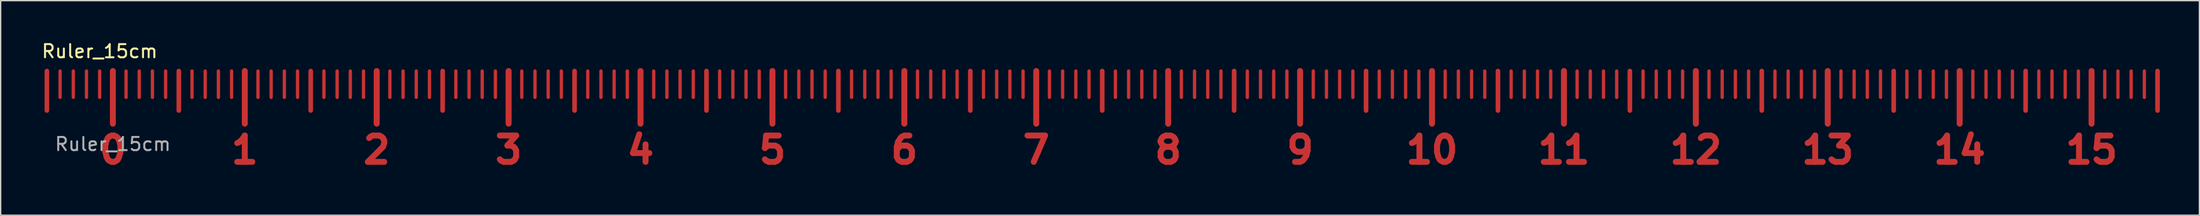
<source format=kicad_pcb>
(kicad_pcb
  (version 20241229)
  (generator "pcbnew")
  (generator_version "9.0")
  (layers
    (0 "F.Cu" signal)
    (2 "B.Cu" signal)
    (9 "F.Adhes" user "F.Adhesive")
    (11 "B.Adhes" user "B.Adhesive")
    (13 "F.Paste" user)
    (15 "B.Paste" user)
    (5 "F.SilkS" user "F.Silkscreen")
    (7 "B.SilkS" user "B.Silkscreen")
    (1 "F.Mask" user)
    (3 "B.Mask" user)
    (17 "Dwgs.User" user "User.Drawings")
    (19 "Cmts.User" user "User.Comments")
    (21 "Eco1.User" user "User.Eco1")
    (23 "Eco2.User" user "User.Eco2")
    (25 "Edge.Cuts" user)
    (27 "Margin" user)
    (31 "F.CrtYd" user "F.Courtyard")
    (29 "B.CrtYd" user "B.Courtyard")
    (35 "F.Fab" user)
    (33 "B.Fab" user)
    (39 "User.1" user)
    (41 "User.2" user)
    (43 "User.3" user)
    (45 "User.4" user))
  (footprint "Ruler_15cm"
    (layer "F.Cu")
    (at 80.506 2.348)
    (property "Reference" "Ruler_15cm" (at -76 -1.5 0) (layer "F.SilkS") (effects (font (size 1 1) (thickness 0.15))))
    (attr through_hole)
    (fp_line (start -80 0) (end -80 3) (stroke (width 0.35) (type solid)) (layer "F.Cu"))
    (fp_line (start -79 0) (end -79 2) (stroke (width 0.25) (type solid)) (layer "F.Cu"))
    (fp_line (start -78 0) (end -78 2) (stroke (width 0.25) (type solid)) (layer "F.Cu"))
    (fp_line (start -77 0) (end -77 2) (stroke (width 0.25) (type solid)) (layer "F.Cu"))
    (fp_line (start -76 0) (end -76 2) (stroke (width 0.25) (type solid)) (layer "F.Cu"))
    (fp_line (start -75 0) (end -75 4) (stroke (width 0.45) (type solid)) (layer "F.Cu"))
    (fp_line (start -74 0) (end -74 2) (stroke (width 0.25) (type solid)) (layer "F.Cu"))
    (fp_line (start -73 0) (end -73 2) (stroke (width 0.25) (type solid)) (layer "F.Cu"))
    (fp_line (start -72 0) (end -72 2) (stroke (width 0.25) (type solid)) (layer "F.Cu"))
    (fp_line (start -71 0) (end -71 2) (stroke (width 0.25) (type solid)) (layer "F.Cu"))
    (fp_line (start -70 0) (end -70 3) (stroke (width 0.35) (type solid)) (layer "F.Cu"))
    (fp_line (start -69 0) (end -69 2) (stroke (width 0.25) (type solid)) (layer "F.Cu"))
    (fp_line (start -68 0) (end -68 2) (stroke (width 0.25) (type solid)) (layer "F.Cu"))
    (fp_line (start -67 0) (end -67 2) (stroke (width 0.25) (type solid)) (layer "F.Cu"))
    (fp_line (start -66 0) (end -66 2) (stroke (width 0.25) (type solid)) (layer "F.Cu"))
    (fp_line (start -65 0) (end -65 4) (stroke (width 0.45) (type solid)) (layer "F.Cu"))
    (fp_line (start -64 0) (end -64 2) (stroke (width 0.25) (type solid)) (layer "F.Cu"))
    (fp_line (start -63 0) (end -63 2) (stroke (width 0.25) (type solid)) (layer "F.Cu"))
    (fp_line (start -62 0) (end -62 2) (stroke (width 0.25) (type solid)) (layer "F.Cu"))
    (fp_line (start -61 0) (end -61 2) (stroke (width 0.25) (type solid)) (layer "F.Cu"))
    (fp_line (start -60 0) (end -60 3) (stroke (width 0.35) (type solid)) (layer "F.Cu"))
    (fp_line (start -59 0) (end -59 2) (stroke (width 0.25) (type solid)) (layer "F.Cu"))
    (fp_line (start -58 0) (end -58 2) (stroke (width 0.25) (type solid)) (layer "F.Cu"))
    (fp_line (start -57 0) (end -57 2) (stroke (width 0.25) (type solid)) (layer "F.Cu"))
    (fp_line (start -56 0) (end -56 2) (stroke (width 0.25) (type solid)) (layer "F.Cu"))
    (fp_line (start -55 0) (end -55 4) (stroke (width 0.45) (type solid)) (layer "F.Cu"))
    (fp_line (start -54 0) (end -54 2) (stroke (width 0.25) (type solid)) (layer "F.Cu"))
    (fp_line (start -53 0) (end -53 2) (stroke (width 0.25) (type solid)) (layer "F.Cu"))
    (fp_line (start -52 0) (end -52 2) (stroke (width 0.25) (type solid)) (layer "F.Cu"))
    (fp_line (start -51 0) (end -51 2) (stroke (width 0.25) (type solid)) (layer "F.Cu"))
    (fp_line (start -50 0) (end -50 3) (stroke (width 0.35) (type solid)) (layer "F.Cu"))
    (fp_line (start -49 0) (end -49 2) (stroke (width 0.25) (type solid)) (layer "F.Cu"))
    (fp_line (start -48 0) (end -48 2) (stroke (width 0.25) (type solid)) (layer "F.Cu"))
    (fp_line (start -47 0) (end -47 2) (stroke (width 0.25) (type solid)) (layer "F.Cu"))
    (fp_line (start -46 0) (end -46 2) (stroke (width 0.25) (type solid)) (layer "F.Cu"))
    (fp_line (start -45 0) (end -45 4) (stroke (width 0.45) (type solid)) (layer "F.Cu"))
    (fp_line (start -44 0) (end -44 2) (stroke (width 0.25) (type solid)) (layer "F.Cu"))
    (fp_line (start -43 0) (end -43 2) (stroke (width 0.25) (type solid)) (layer "F.Cu"))
    (fp_line (start -42 0) (end -42 2) (stroke (width 0.25) (type solid)) (layer "F.Cu"))
    (fp_line (start -41 0) (end -41 2) (stroke (width 0.25) (type solid)) (layer "F.Cu"))
    (fp_line (start -40 0) (end -40 3) (stroke (width 0.35) (type solid)) (layer "F.Cu"))
    (fp_line (start -39 0) (end -39 2) (stroke (width 0.25) (type solid)) (layer "F.Cu"))
    (fp_line (start -38 0) (end -38 2) (stroke (width 0.25) (type solid)) (layer "F.Cu"))
    (fp_line (start -37 0) (end -37 2) (stroke (width 0.25) (type solid)) (layer "F.Cu"))
    (fp_line (start -36 0) (end -36 2) (stroke (width 0.25) (type solid)) (layer "F.Cu"))
    (fp_line (start -35 0) (end -35 4) (stroke (width 0.45) (type solid)) (layer "F.Cu"))
    (fp_line (start -34 0) (end -34 2) (stroke (width 0.25) (type solid)) (layer "F.Cu"))
    (fp_line (start -33 0) (end -33 2) (stroke (width 0.25) (type solid)) (layer "F.Cu"))
    (fp_line (start -32 0) (end -32 2) (stroke (width 0.25) (type solid)) (layer "F.Cu"))
    (fp_line (start -31 0) (end -31 2) (stroke (width 0.25) (type solid)) (layer "F.Cu"))
    (fp_line (start -30 0) (end -30 3) (stroke (width 0.35) (type solid)) (layer "F.Cu"))
    (fp_line (start -29 0) (end -29 2) (stroke (width 0.25) (type solid)) (layer "F.Cu"))
    (fp_line (start -28 0) (end -28 2) (stroke (width 0.25) (type solid)) (layer "F.Cu"))
    (fp_line (start -27 0) (end -27 2) (stroke (width 0.25) (type solid)) (layer "F.Cu"))
    (fp_line (start -26 0) (end -26 2) (stroke (width 0.25) (type solid)) (layer "F.Cu"))
    (fp_line (start -25 0) (end -25 4) (stroke (width 0.45) (type solid)) (layer "F.Cu"))
    (fp_line (start -24 0) (end -24 2) (stroke (width 0.25) (type solid)) (layer "F.Cu"))
    (fp_line (start -23 0) (end -23 2) (stroke (width 0.25) (type solid)) (layer "F.Cu"))
    (fp_line (start -22 0) (end -22 2) (stroke (width 0.25) (type solid)) (layer "F.Cu"))
    (fp_line (start -21 0) (end -21 2) (stroke (width 0.25) (type solid)) (layer "F.Cu"))
    (fp_line (start -20 0) (end -20 3) (stroke (width 0.35) (type solid)) (layer "F.Cu"))
    (fp_line (start -19 0) (end -19 2) (stroke (width 0.25) (type solid)) (layer "F.Cu"))
    (fp_line (start -18 0) (end -18 2) (stroke (width 0.25) (type solid)) (layer "F.Cu"))
    (fp_line (start -17 0) (end -17 2) (stroke (width 0.25) (type solid)) (layer "F.Cu"))
    (fp_line (start -16 0) (end -16 2) (stroke (width 0.25) (type solid)) (layer "F.Cu"))
    (fp_line (start -15 0) (end -15 4) (stroke (width 0.45) (type solid)) (layer "F.Cu"))
    (fp_line (start -14 0) (end -14 2) (stroke (width 0.25) (type solid)) (layer "F.Cu"))
    (fp_line (start -13 0) (end -13 2) (stroke (width 0.25) (type solid)) (layer "F.Cu"))
    (fp_line (start -12 0) (end -12 2) (stroke (width 0.25) (type solid)) (layer "F.Cu"))
    (fp_line (start -11 0) (end -11 2) (stroke (width 0.25) (type solid)) (layer "F.Cu"))
    (fp_line (start -10 0) (end -10 3) (stroke (width 0.35) (type solid)) (layer "F.Cu"))
    (fp_line (start -9 0) (end -9 2) (stroke (width 0.25) (type solid)) (layer "F.Cu"))
    (fp_line (start -8 0) (end -8 2) (stroke (width 0.25) (type solid)) (layer "F.Cu"))
    (fp_line (start -7 0) (end -7 2) (stroke (width 0.25) (type solid)) (layer "F.Cu"))
    (fp_line (start -6 0) (end -6 2) (stroke (width 0.25) (type solid)) (layer "F.Cu"))
    (fp_line (start -5 0) (end -5 4) (stroke (width 0.45) (type solid)) (layer "F.Cu"))
    (fp_line (start -4 0) (end -4 2) (stroke (width 0.25) (type solid)) (layer "F.Cu"))
    (fp_line (start -3 0) (end -3 2) (stroke (width 0.25) (type solid)) (layer "F.Cu"))
    (fp_line (start -2 0) (end -2 2) (stroke (width 0.25) (type solid)) (layer "F.Cu"))
    (fp_line (start -1 0) (end -1 2) (stroke (width 0.25) (type solid)) (layer "F.Cu"))
    (fp_line (start 0 0) (end 0 3) (stroke (width 0.35) (type solid)) (layer "F.Cu"))
    (fp_line (start 1 0) (end 1 2) (stroke (width 0.25) (type solid)) (layer "F.Cu"))
    (fp_line (start 2 0) (end 2 2) (stroke (width 0.25) (type solid)) (layer "F.Cu"))
    (fp_line (start 3 0) (end 3 2) (stroke (width 0.25) (type solid)) (layer "F.Cu"))
    (fp_line (start 4 0) (end 4 2) (stroke (width 0.25) (type solid)) (layer "F.Cu"))
    (fp_line (start 5 0) (end 5 4) (stroke (width 0.45) (type solid)) (layer "F.Cu"))
    (fp_line (start 6 0) (end 6 2) (stroke (width 0.25) (type solid)) (layer "F.Cu"))
    (fp_line (start 7 0) (end 7 2) (stroke (width 0.25) (type solid)) (layer "F.Cu"))
    (fp_line (start 8 0) (end 8 2) (stroke (width 0.25) (type solid)) (layer "F.Cu"))
    (fp_line (start 9 0) (end 9 2) (stroke (width 0.25) (type solid)) (layer "F.Cu"))
    (fp_line (start 10 0) (end 10 3) (stroke (width 0.35) (type solid)) (layer "F.Cu"))
    (fp_line (start 11 0) (end 11 2) (stroke (width 0.25) (type solid)) (layer "F.Cu"))
    (fp_line (start 12 0) (end 12 2) (stroke (width 0.25) (type solid)) (layer "F.Cu"))
    (fp_line (start 13 0) (end 13 2) (stroke (width 0.25) (type solid)) (layer "F.Cu"))
    (fp_line (start 14 0) (end 14 2) (stroke (width 0.25) (type solid)) (layer "F.Cu"))
    (fp_line (start 15 0) (end 15 4) (stroke (width 0.45) (type solid)) (layer "F.Cu"))
    (fp_line (start 16 0) (end 16 2) (stroke (width 0.25) (type solid)) (layer "F.Cu"))
    (fp_line (start 17 0) (end 17 2) (stroke (width 0.25) (type solid)) (layer "F.Cu"))
    (fp_line (start 18 0) (end 18 2) (stroke (width 0.25) (type solid)) (layer "F.Cu"))
    (fp_line (start 19 0) (end 19 2) (stroke (width 0.25) (type solid)) (layer "F.Cu"))
    (fp_line (start 20 0) (end 20 3) (stroke (width 0.35) (type solid)) (layer "F.Cu"))
    (fp_line (start 21 0) (end 21 2) (stroke (width 0.25) (type solid)) (layer "F.Cu"))
    (fp_line (start 22 0) (end 22 2) (stroke (width 0.25) (type solid)) (layer "F.Cu"))
    (fp_line (start 23 0) (end 23 2) (stroke (width 0.25) (type solid)) (layer "F.Cu"))
    (fp_line (start 24 0) (end 24 2) (stroke (width 0.25) (type solid)) (layer "F.Cu"))
    (fp_line (start 25 0) (end 25 4) (stroke (width 0.45) (type solid)) (layer "F.Cu"))
    (fp_line (start 26 0) (end 26 2) (stroke (width 0.25) (type solid)) (layer "F.Cu"))
    (fp_line (start 27 0) (end 27 2) (stroke (width 0.25) (type solid)) (layer "F.Cu"))
    (fp_line (start 28 0) (end 28 2) (stroke (width 0.25) (type solid)) (layer "F.Cu"))
    (fp_line (start 29 0) (end 29 2) (stroke (width 0.25) (type solid)) (layer "F.Cu"))
    (fp_line (start 30 0) (end 30 3) (stroke (width 0.35) (type solid)) (layer "F.Cu"))
    (fp_line (start 31 0) (end 31 2) (stroke (width 0.25) (type solid)) (layer "F.Cu"))
    (fp_line (start 32 0) (end 32 2) (stroke (width 0.25) (type solid)) (layer "F.Cu"))
    (fp_line (start 33 0) (end 33 2) (stroke (width 0.25) (type solid)) (layer "F.Cu"))
    (fp_line (start 34 0) (end 34 2) (stroke (width 0.25) (type solid)) (layer "F.Cu"))
    (fp_line (start 35 0) (end 35 4) (stroke (width 0.45) (type solid)) (layer "F.Cu"))
    (fp_line (start 36 0) (end 36 2) (stroke (width 0.25) (type solid)) (layer "F.Cu"))
    (fp_line (start 37 0) (end 37 2) (stroke (width 0.25) (type solid)) (layer "F.Cu"))
    (fp_line (start 38 0) (end 38 2) (stroke (width 0.25) (type solid)) (layer "F.Cu"))
    (fp_line (start 39 0) (end 39 2) (stroke (width 0.25) (type solid)) (layer "F.Cu"))
    (fp_line (start 40 0) (end 40 3) (stroke (width 0.35) (type solid)) (layer "F.Cu"))
    (fp_line (start 41 0) (end 41 2) (stroke (width 0.25) (type solid)) (layer "F.Cu"))
    (fp_line (start 42 0) (end 42 2) (stroke (width 0.25) (type solid)) (layer "F.Cu"))
    (fp_line (start 43 0) (end 43 2) (stroke (width 0.25) (type solid)) (layer "F.Cu"))
    (fp_line (start 44 0) (end 44 2) (stroke (width 0.25) (type solid)) (layer "F.Cu"))
    (fp_line (start 45 0) (end 45 4) (stroke (width 0.45) (type solid)) (layer "F.Cu"))
    (fp_line (start 46 0) (end 46 2) (stroke (width 0.25) (type solid)) (layer "F.Cu"))
    (fp_line (start 47 0) (end 47 2) (stroke (width 0.25) (type solid)) (layer "F.Cu"))
    (fp_line (start 48 0) (end 48 2) (stroke (width 0.25) (type solid)) (layer "F.Cu"))
    (fp_line (start 49 0) (end 49 2) (stroke (width 0.25) (type solid)) (layer "F.Cu"))
    (fp_line (start 50 0) (end 50 3) (stroke (width 0.35) (type solid)) (layer "F.Cu"))
    (fp_line (start 51 0) (end 51 2) (stroke (width 0.25) (type solid)) (layer "F.Cu"))
    (fp_line (start 52 0) (end 52 2) (stroke (width 0.25) (type solid)) (layer "F.Cu"))
    (fp_line (start 53 0) (end 53 2) (stroke (width 0.25) (type solid)) (layer "F.Cu"))
    (fp_line (start 54 0) (end 54 2) (stroke (width 0.25) (type solid)) (layer "F.Cu"))
    (fp_line (start 55 0) (end 55 4) (stroke (width 0.45) (type solid)) (layer "F.Cu"))
    (fp_line (start 56 0) (end 56 2) (stroke (width 0.25) (type solid)) (layer "F.Cu"))
    (fp_line (start 57 0) (end 57 2) (stroke (width 0.25) (type solid)) (layer "F.Cu"))
    (fp_line (start 58 0) (end 58 2) (stroke (width 0.25) (type solid)) (layer "F.Cu"))
    (fp_line (start 59 0) (end 59 2) (stroke (width 0.25) (type solid)) (layer "F.Cu"))
    (fp_line (start 60 0) (end 60 3) (stroke (width 0.35) (type solid)) (layer "F.Cu"))
    (fp_line (start 61 0) (end 61 2) (stroke (width 0.25) (type solid)) (layer "F.Cu"))
    (fp_line (start 62 0) (end 62 2) (stroke (width 0.25) (type solid)) (layer "F.Cu"))
    (fp_line (start 63 0) (end 63 2) (stroke (width 0.25) (type solid)) (layer "F.Cu"))
    (fp_line (start 64 0) (end 64 2) (stroke (width 0.25) (type solid)) (layer "F.Cu"))
    (fp_line (start 65 0) (end 65 4) (stroke (width 0.45) (type solid)) (layer "F.Cu"))
    (fp_line (start 66 0) (end 66 2) (stroke (width 0.25) (type solid)) (layer "F.Cu"))
    (fp_line (start 67 0) (end 67 2) (stroke (width 0.25) (type solid)) (layer "F.Cu"))
    (fp_line (start 68 0) (end 68 2) (stroke (width 0.25) (type solid)) (layer "F.Cu"))
    (fp_line (start 69 0) (end 69 2) (stroke (width 0.25) (type solid)) (layer "F.Cu"))
    (fp_line (start 70 0) (end 70 3) (stroke (width 0.35) (type solid)) (layer "F.Cu"))
    (fp_line (start 71 0) (end 71 2) (stroke (width 0.25) (type solid)) (layer "F.Cu"))
    (fp_line (start 72 0) (end 72 2) (stroke (width 0.25) (type solid)) (layer "F.Cu"))
    (fp_line (start 73 0) (end 73 2) (stroke (width 0.25) (type solid)) (layer "F.Cu"))
    (fp_line (start 74 0) (end 74 2) (stroke (width 0.25) (type solid)) (layer "F.Cu"))
    (fp_line (start 75 0) (end 75 4) (stroke (width 0.45) (type solid)) (layer "F.Cu"))
    (fp_line (start 76 0) (end 76 2) (stroke (width 0.25) (type solid)) (layer "F.Cu"))
    (fp_line (start 77 0) (end 77 2) (stroke (width 0.25) (type solid)) (layer "F.Cu"))
    (fp_line (start 78 0) (end 78 2) (stroke (width 0.25) (type solid)) (layer "F.Cu"))
    (fp_line (start 79 0) (end 79 2) (stroke (width 0.25) (type solid)) (layer "F.Cu"))
    (fp_line (start 80 0) (end 80 3) (stroke (width 0.35) (type solid)) (layer "F.Cu"))
    (fp_line (start -80 0) (end -80 3) (stroke (width 0.3) (type solid)) (layer "F.Mask"))
    (fp_line (start -79 0) (end -79 2) (stroke (width 0.2) (type solid)) (layer "F.Mask"))
    (fp_line (start -78 0) (end -78 2) (stroke (width 0.2) (type solid)) (layer "F.Mask"))
    (fp_line (start -77 0) (end -77 2) (stroke (width 0.2) (type solid)) (layer "F.Mask"))
    (fp_line (start -76 0) (end -76 2) (stroke (width 0.2) (type solid)) (layer "F.Mask"))
    (fp_line (start -75 0) (end -75 4) (stroke (width 0.4) (type solid)) (layer "F.Mask"))
    (fp_line (start -74 0) (end -74 2) (stroke (width 0.2) (type solid)) (layer "F.Mask"))
    (fp_line (start -73 0) (end -73 2) (stroke (width 0.2) (type solid)) (layer "F.Mask"))
    (fp_line (start -72 0) (end -72 2) (stroke (width 0.2) (type solid)) (layer "F.Mask"))
    (fp_line (start -71 0) (end -71 2) (stroke (width 0.2) (type solid)) (layer "F.Mask"))
    (fp_line (start -70 0) (end -70 3) (stroke (width 0.3) (type solid)) (layer "F.Mask"))
    (fp_line (start -69 0) (end -69 2) (stroke (width 0.2) (type solid)) (layer "F.Mask"))
    (fp_line (start -68 0) (end -68 2) (stroke (width 0.2) (type solid)) (layer "F.Mask"))
    (fp_line (start -67 0) (end -67 2) (stroke (width 0.2) (type solid)) (layer "F.Mask"))
    (fp_line (start -66 0) (end -66 2) (stroke (width 0.2) (type solid)) (layer "F.Mask"))
    (fp_line (start -65 0) (end -65 4) (stroke (width 0.4) (type solid)) (layer "F.Mask"))
    (fp_line (start -64 0) (end -64 2) (stroke (width 0.2) (type solid)) (layer "F.Mask"))
    (fp_line (start -63 0) (end -63 2) (stroke (width 0.2) (type solid)) (layer "F.Mask"))
    (fp_line (start -62 0) (end -62 2) (stroke (width 0.2) (type solid)) (layer "F.Mask"))
    (fp_line (start -61 0) (end -61 2) (stroke (width 0.2) (type solid)) (layer "F.Mask"))
    (fp_line (start -60 0) (end -60 3) (stroke (width 0.3) (type solid)) (layer "F.Mask"))
    (fp_line (start -59 0) (end -59 2) (stroke (width 0.2) (type solid)) (layer "F.Mask"))
    (fp_line (start -58 0) (end -58 2) (stroke (width 0.2) (type solid)) (layer "F.Mask"))
    (fp_line (start -57 0) (end -57 2) (stroke (width 0.2) (type solid)) (layer "F.Mask"))
    (fp_line (start -56 0) (end -56 2) (stroke (width 0.2) (type solid)) (layer "F.Mask"))
    (fp_line (start -55 0) (end -55 4) (stroke (width 0.4) (type solid)) (layer "F.Mask"))
    (fp_line (start -54 0) (end -54 2) (stroke (width 0.2) (type solid)) (layer "F.Mask"))
    (fp_line (start -53 0) (end -53 2) (stroke (width 0.2) (type solid)) (layer "F.Mask"))
    (fp_line (start -52 0) (end -52 2) (stroke (width 0.2) (type solid)) (layer "F.Mask"))
    (fp_line (start -51 0) (end -51 2) (stroke (width 0.2) (type solid)) (layer "F.Mask"))
    (fp_line (start -50 0) (end -50 3) (stroke (width 0.3) (type solid)) (layer "F.Mask"))
    (fp_line (start -49 0) (end -49 2) (stroke (width 0.2) (type solid)) (layer "F.Mask"))
    (fp_line (start -48 0) (end -48 2) (stroke (width 0.2) (type solid)) (layer "F.Mask"))
    (fp_line (start -47 0) (end -47 2) (stroke (width 0.2) (type solid)) (layer "F.Mask"))
    (fp_line (start -46 0) (end -46 2) (stroke (width 0.2) (type solid)) (layer "F.Mask"))
    (fp_line (start -45 0) (end -45 4) (stroke (width 0.4) (type solid)) (layer "F.Mask"))
    (fp_line (start -44 0) (end -44 2) (stroke (width 0.2) (type solid)) (layer "F.Mask"))
    (fp_line (start -43 0) (end -43 2) (stroke (width 0.2) (type solid)) (layer "F.Mask"))
    (fp_line (start -42 0) (end -42 2) (stroke (width 0.2) (type solid)) (layer "F.Mask"))
    (fp_line (start -41 0) (end -41 2) (stroke (width 0.2) (type solid)) (layer "F.Mask"))
    (fp_line (start -40 0) (end -40 3) (stroke (width 0.3) (type solid)) (layer "F.Mask"))
    (fp_line (start -39 0) (end -39 2) (stroke (width 0.2) (type solid)) (layer "F.Mask"))
    (fp_line (start -38 0) (end -38 2) (stroke (width 0.2) (type solid)) (layer "F.Mask"))
    (fp_line (start -37 0) (end -37 2) (stroke (width 0.2) (type solid)) (layer "F.Mask"))
    (fp_line (start -36 0) (end -36 2) (stroke (width 0.2) (type solid)) (layer "F.Mask"))
    (fp_line (start -35 0) (end -35 4) (stroke (width 0.4) (type solid)) (layer "F.Mask"))
    (fp_line (start -34 0) (end -34 2) (stroke (width 0.2) (type solid)) (layer "F.Mask"))
    (fp_line (start -33 0) (end -33 2) (stroke (width 0.2) (type solid)) (layer "F.Mask"))
    (fp_line (start -32 0) (end -32 2) (stroke (width 0.2) (type solid)) (layer "F.Mask"))
    (fp_line (start -31 0) (end -31 2) (stroke (width 0.2) (type solid)) (layer "F.Mask"))
    (fp_line (start -30 0) (end -30 3) (stroke (width 0.3) (type solid)) (layer "F.Mask"))
    (fp_line (start -29 0) (end -29 2) (stroke (width 0.2) (type solid)) (layer "F.Mask"))
    (fp_line (start -28 0) (end -28 2) (stroke (width 0.2) (type solid)) (layer "F.Mask"))
    (fp_line (start -27 0) (end -27 2) (stroke (width 0.2) (type solid)) (layer "F.Mask"))
    (fp_line (start -26 0) (end -26 2) (stroke (width 0.2) (type solid)) (layer "F.Mask"))
    (fp_line (start -25 0) (end -25 4) (stroke (width 0.4) (type solid)) (layer "F.Mask"))
    (fp_line (start -24 0) (end -24 2) (stroke (width 0.2) (type solid)) (layer "F.Mask"))
    (fp_line (start -23 0) (end -23 2) (stroke (width 0.2) (type solid)) (layer "F.Mask"))
    (fp_line (start -22 0) (end -22 2) (stroke (width 0.2) (type solid)) (layer "F.Mask"))
    (fp_line (start -21 0) (end -21 2) (stroke (width 0.2) (type solid)) (layer "F.Mask"))
    (fp_line (start -20 0) (end -20 3) (stroke (width 0.3) (type solid)) (layer "F.Mask"))
    (fp_line (start -19 0) (end -19 2) (stroke (width 0.2) (type solid)) (layer "F.Mask"))
    (fp_line (start -18 0) (end -18 2) (stroke (width 0.2) (type solid)) (layer "F.Mask"))
    (fp_line (start -17 0) (end -17 2) (stroke (width 0.2) (type solid)) (layer "F.Mask"))
    (fp_line (start -16 0) (end -16 2) (stroke (width 0.2) (type solid)) (layer "F.Mask"))
    (fp_line (start -15 0) (end -15 4) (stroke (width 0.4) (type solid)) (layer "F.Mask"))
    (fp_line (start -14 0) (end -14 2) (stroke (width 0.2) (type solid)) (layer "F.Mask"))
    (fp_line (start -13 0) (end -13 2) (stroke (width 0.2) (type solid)) (layer "F.Mask"))
    (fp_line (start -12 0) (end -12 2) (stroke (width 0.2) (type solid)) (layer "F.Mask"))
    (fp_line (start -11 0) (end -11 2) (stroke (width 0.2) (type solid)) (layer "F.Mask"))
    (fp_line (start -10 0) (end -10 3) (stroke (width 0.3) (type solid)) (layer "F.Mask"))
    (fp_line (start -9 0) (end -9 2) (stroke (width 0.2) (type solid)) (layer "F.Mask"))
    (fp_line (start -8 0) (end -8 2) (stroke (width 0.2) (type solid)) (layer "F.Mask"))
    (fp_line (start -7 0) (end -7 2) (stroke (width 0.2) (type solid)) (layer "F.Mask"))
    (fp_line (start -6 0) (end -6 2) (stroke (width 0.2) (type solid)) (layer "F.Mask"))
    (fp_line (start -5 0) (end -5 4) (stroke (width 0.4) (type solid)) (layer "F.Mask"))
    (fp_line (start -4 0) (end -4 2) (stroke (width 0.2) (type solid)) (layer "F.Mask"))
    (fp_line (start -3 0) (end -3 2) (stroke (width 0.2) (type solid)) (layer "F.Mask"))
    (fp_line (start -2 0) (end -2 2) (stroke (width 0.2) (type solid)) (layer "F.Mask"))
    (fp_line (start -1 0) (end -1 2) (stroke (width 0.2) (type solid)) (layer "F.Mask"))
    (fp_line (start 0 0) (end 0 3) (stroke (width 0.3) (type solid)) (layer "F.Mask"))
    (fp_line (start 1 0) (end 1 2) (stroke (width 0.2) (type solid)) (layer "F.Mask"))
    (fp_line (start 2 0) (end 2 2) (stroke (width 0.2) (type solid)) (layer "F.Mask"))
    (fp_line (start 3 0) (end 3 2) (stroke (width 0.2) (type solid)) (layer "F.Mask"))
    (fp_line (start 4 0) (end 4 2) (stroke (width 0.2) (type solid)) (layer "F.Mask"))
    (fp_line (start 5 0) (end 5 4) (stroke (width 0.4) (type solid)) (layer "F.Mask"))
    (fp_line (start 6 0) (end 6 2) (stroke (width 0.2) (type solid)) (layer "F.Mask"))
    (fp_line (start 7 0) (end 7 2) (stroke (width 0.2) (type solid)) (layer "F.Mask"))
    (fp_line (start 8 0) (end 8 2) (stroke (width 0.2) (type solid)) (layer "F.Mask"))
    (fp_line (start 9 0) (end 9 2) (stroke (width 0.2) (type solid)) (layer "F.Mask"))
    (fp_line (start 10 0) (end 10 3) (stroke (width 0.3) (type solid)) (layer "F.Mask"))
    (fp_line (start 11 0) (end 11 2) (stroke (width 0.2) (type solid)) (layer "F.Mask"))
    (fp_line (start 12 0) (end 12 2) (stroke (width 0.2) (type solid)) (layer "F.Mask"))
    (fp_line (start 13 0) (end 13 2) (stroke (width 0.2) (type solid)) (layer "F.Mask"))
    (fp_line (start 14 0) (end 14 2) (stroke (width 0.2) (type solid)) (layer "F.Mask"))
    (fp_line (start 15 0) (end 15 4) (stroke (width 0.4) (type solid)) (layer "F.Mask"))
    (fp_line (start 16 0) (end 16 2) (stroke (width 0.2) (type solid)) (layer "F.Mask"))
    (fp_line (start 17 0) (end 17 2) (stroke (width 0.2) (type solid)) (layer "F.Mask"))
    (fp_line (start 18 0) (end 18 2) (stroke (width 0.2) (type solid)) (layer "F.Mask"))
    (fp_line (start 19 0) (end 19 2) (stroke (width 0.2) (type solid)) (layer "F.Mask"))
    (fp_line (start 20 0) (end 20 3) (stroke (width 0.3) (type solid)) (layer "F.Mask"))
    (fp_line (start 21 0) (end 21 2) (stroke (width 0.2) (type solid)) (layer "F.Mask"))
    (fp_line (start 22 0) (end 22 2) (stroke (width 0.2) (type solid)) (layer "F.Mask"))
    (fp_line (start 23 0) (end 23 2) (stroke (width 0.2) (type solid)) (layer "F.Mask"))
    (fp_line (start 24 0) (end 24 2) (stroke (width 0.2) (type solid)) (layer "F.Mask"))
    (fp_line (start 25 0) (end 25 4) (stroke (width 0.4) (type solid)) (layer "F.Mask"))
    (fp_line (start 26 0) (end 26 2) (stroke (width 0.2) (type solid)) (layer "F.Mask"))
    (fp_line (start 27 0) (end 27 2) (stroke (width 0.2) (type solid)) (layer "F.Mask"))
    (fp_line (start 28 0) (end 28 2) (stroke (width 0.2) (type solid)) (layer "F.Mask"))
    (fp_line (start 29 0) (end 29 2) (stroke (width 0.2) (type solid)) (layer "F.Mask"))
    (fp_line (start 30 0) (end 30 3) (stroke (width 0.3) (type solid)) (layer "F.Mask"))
    (fp_line (start 31 0) (end 31 2) (stroke (width 0.2) (type solid)) (layer "F.Mask"))
    (fp_line (start 32 0) (end 32 2) (stroke (width 0.2) (type solid)) (layer "F.Mask"))
    (fp_line (start 33 0) (end 33 2) (stroke (width 0.2) (type solid)) (layer "F.Mask"))
    (fp_line (start 34 0) (end 34 2) (stroke (width 0.2) (type solid)) (layer "F.Mask"))
    (fp_line (start 35 0) (end 35 4) (stroke (width 0.4) (type solid)) (layer "F.Mask"))
    (fp_line (start 36 0) (end 36 2) (stroke (width 0.2) (type solid)) (layer "F.Mask"))
    (fp_line (start 37 0) (end 37 2) (stroke (width 0.2) (type solid)) (layer "F.Mask"))
    (fp_line (start 38 0) (end 38 2) (stroke (width 0.2) (type solid)) (layer "F.Mask"))
    (fp_line (start 39 0) (end 39 2) (stroke (width 0.2) (type solid)) (layer "F.Mask"))
    (fp_line (start 40 0) (end 40 3) (stroke (width 0.3) (type solid)) (layer "F.Mask"))
    (fp_line (start 41 0) (end 41 2) (stroke (width 0.2) (type solid)) (layer "F.Mask"))
    (fp_line (start 42 0) (end 42 2) (stroke (width 0.2) (type solid)) (layer "F.Mask"))
    (fp_line (start 43 0) (end 43 2) (stroke (width 0.2) (type solid)) (layer "F.Mask"))
    (fp_line (start 44 0) (end 44 2) (stroke (width 0.2) (type solid)) (layer "F.Mask"))
    (fp_line (start 45 0) (end 45 4) (stroke (width 0.4) (type solid)) (layer "F.Mask"))
    (fp_line (start 46 0) (end 46 2) (stroke (width 0.2) (type solid)) (layer "F.Mask"))
    (fp_line (start 47 0) (end 47 2) (stroke (width 0.2) (type solid)) (layer "F.Mask"))
    (fp_line (start 48 0) (end 48 2) (stroke (width 0.2) (type solid)) (layer "F.Mask"))
    (fp_line (start 49 0) (end 49 2) (stroke (width 0.2) (type solid)) (layer "F.Mask"))
    (fp_line (start 50 0) (end 50 3) (stroke (width 0.3) (type solid)) (layer "F.Mask"))
    (fp_line (start 51 0) (end 51 2) (stroke (width 0.2) (type solid)) (layer "F.Mask"))
    (fp_line (start 52 0) (end 52 2) (stroke (width 0.2) (type solid)) (layer "F.Mask"))
    (fp_line (start 53 0) (end 53 2) (stroke (width 0.2) (type solid)) (layer "F.Mask"))
    (fp_line (start 54 0) (end 54 2) (stroke (width 0.2) (type solid)) (layer "F.Mask"))
    (fp_line (start 55 0) (end 55 4) (stroke (width 0.4) (type solid)) (layer "F.Mask"))
    (fp_line (start 56 0) (end 56 2) (stroke (width 0.2) (type solid)) (layer "F.Mask"))
    (fp_line (start 57 0) (end 57 2) (stroke (width 0.2) (type solid)) (layer "F.Mask"))
    (fp_line (start 58 0) (end 58 2) (stroke (width 0.2) (type solid)) (layer "F.Mask"))
    (fp_line (start 59 0) (end 59 2) (stroke (width 0.2) (type solid)) (layer "F.Mask"))
    (fp_line (start 60 0) (end 60 3) (stroke (width 0.3) (type solid)) (layer "F.Mask"))
    (fp_line (start 61 0) (end 61 2) (stroke (width 0.2) (type solid)) (layer "F.Mask"))
    (fp_line (start 62 0) (end 62 2) (stroke (width 0.2) (type solid)) (layer "F.Mask"))
    (fp_line (start 63 0) (end 63 2) (stroke (width 0.2) (type solid)) (layer "F.Mask"))
    (fp_line (start 64 0) (end 64 2) (stroke (width 0.2) (type solid)) (layer "F.Mask"))
    (fp_line (start 65 0) (end 65 4) (stroke (width 0.4) (type solid)) (layer "F.Mask"))
    (fp_line (start 66 0) (end 66 2) (stroke (width 0.2) (type solid)) (layer "F.Mask"))
    (fp_line (start 67 0) (end 67 2) (stroke (width 0.2) (type solid)) (layer "F.Mask"))
    (fp_line (start 68 0) (end 68 2) (stroke (width 0.2) (type solid)) (layer "F.Mask"))
    (fp_line (start 69 0) (end 69 2) (stroke (width 0.2) (type solid)) (layer "F.Mask"))
    (fp_line (start 70 0) (end 70 3) (stroke (width 0.3) (type solid)) (layer "F.Mask"))
    (fp_line (start 71 0) (end 71 2) (stroke (width 0.2) (type solid)) (layer "F.Mask"))
    (fp_line (start 72 0) (end 72 2) (stroke (width 0.2) (type solid)) (layer "F.Mask"))
    (fp_line (start 73 0) (end 73 2) (stroke (width 0.2) (type solid)) (layer "F.Mask"))
    (fp_line (start 74 0) (end 74 2) (stroke (width 0.2) (type solid)) (layer "F.Mask"))
    (fp_line (start 75 0) (end 75 4) (stroke (width 0.4) (type solid)) (layer "F.Mask"))
    (fp_line (start 76 0) (end 76 2) (stroke (width 0.2) (type solid)) (layer "F.Mask"))
    (fp_line (start 77 0) (end 77 2) (stroke (width 0.2) (type solid)) (layer "F.Mask"))
    (fp_line (start 78 0) (end 78 2) (stroke (width 0.2) (type solid)) (layer "F.Mask"))
    (fp_line (start 79 0) (end 79 2) (stroke (width 0.2) (type solid)) (layer "F.Mask"))
    (fp_line (start 80 0) (end 80 3) (stroke (width 0.3) (type solid)) (layer "F.Mask"))
    (fp_text user "11" (at 35 6 0) (layer "F.Cu") (effects (font (size 2 2) (thickness 0.45))))
    (fp_text user "1" (at -65 6 0) (layer "F.Cu") (effects (font (size 2 2) (thickness 0.45))))
    (fp_text user "13" (at 55 6 0) (layer "F.Cu") (effects (font (size 2 2) (thickness 0.45))))
    (fp_text user "12" (at 45 6 0) (layer "F.Cu") (effects (font (size 2 2) (thickness 0.45))))
    (fp_text user "9" (at 15 6 0) (layer "F.Cu") (effects (font (size 2 2) (thickness 0.45))))
    (fp_text user "8" (at 5 6 0) (layer "F.Cu") (effects (font (size 2 2) (thickness 0.45))))
    (fp_text user "5" (at -25 6 0) (layer "F.Cu") (effects (font (size 2 2) (thickness 0.45))))
    (fp_text user "3" (at -45 6 0) (layer "F.Cu") (effects (font (size 2 2) (thickness 0.45))))
    (fp_text user "15" (at 75 6 0) (layer "F.Cu") (effects (font (size 2 2) (thickness 0.45))))
    (fp_text user "6" (at -15 6 0) (layer "F.Cu") (effects (font (size 2 2) (thickness 0.45))))
    (fp_text user "0" (at -75 6 0) (layer "F.Cu") (effects (font (size 2 2) (thickness 0.45))))
    (fp_text user "14" (at 65 6 0) (layer "F.Cu") (effects (font (size 2 2) (thickness 0.45))))
    (fp_text user "4" (at -35 6 0) (layer "F.Cu") (effects (font (size 2 2) (thickness 0.45))))
    (fp_text user "7" (at -5 6 0) (layer "F.Cu") (effects (font (size 2 2) (thickness 0.45))))
    (fp_text user "10" (at 25 6 0) (layer "F.Cu") (effects (font (size 2 2) (thickness 0.45))))
    (fp_text user "2" (at -55 6 0) (layer "F.Cu") (effects (font (size 2 2) (thickness 0.45))))
    (fp_text user "15" (at 75 6 0) (layer "F.Mask") (effects (font (size 2 2) (thickness 0.4))))
    (fp_text user "2" (at -55 6 0) (layer "F.Mask") (effects (font (size 2 2) (thickness 0.4))))
    (fp_text user "4" (at -35 6 0) (layer "F.Mask") (effects (font (size 2 2) (thickness 0.4))))
    (fp_text user "6" (at -15 6 0) (layer "F.Mask") (effects (font (size 2 2) (thickness 0.4))))
    (fp_text user "12" (at 45 6 0) (layer "F.Mask") (effects (font (size 2 2) (thickness 0.4))))
    (fp_text user "11" (at 35 6 0) (layer "F.Mask") (effects (font (size 2 2) (thickness 0.4))))
    (fp_text user "0" (at -75 6 0) (layer "F.Mask") (effects (font (size 2 2) (thickness 0.4))))
    (fp_text user "14" (at 65 6 0) (layer "F.Mask") (effects (font (size 2 2) (thickness 0.4))))
    (fp_text user "9" (at 15 6 0) (layer "F.Mask") (effects (font (size 2 2) (thickness 0.4))))
    (fp_text user "3" (at -45 6 0) (layer "F.Mask") (effects (font (size 2 2) (thickness 0.4))))
    (fp_text user "7" (at -5 6 0) (layer "F.Mask") (effects (font (size 2 2) (thickness 0.4))))
    (fp_text user "10" (at 25 6 0) (layer "F.Mask") (effects (font (size 2 2) (thickness 0.4))))
    (fp_text user "13" (at 55 6 0) (layer "F.Mask") (effects (font (size 2 2) (thickness 0.4))))
    (fp_text user "1" (at -65 6 0) (layer "F.Mask") (effects (font (size 2 2) (thickness 0.4))))
    (fp_text user "8" (at 5 6 0) (layer "F.Mask") (effects (font (size 2 2) (thickness 0.4))))
    (fp_text user "5" (at -25 6 0) (layer "F.Mask") (effects (font (size 2 2) (thickness 0.4))))
    (fp_text user "Ruler_15cm" (at -75 5.555 0) (layer "F.Fab") (effects (font (size 1 1) (thickness 0.15)))))
  (gr_rect
    (start -3 -3)
    (end 163.681 13.308)
    (stroke (width 0.1) (type default))
    (fill no)
    (layer "Edge.Cuts")))
</source>
